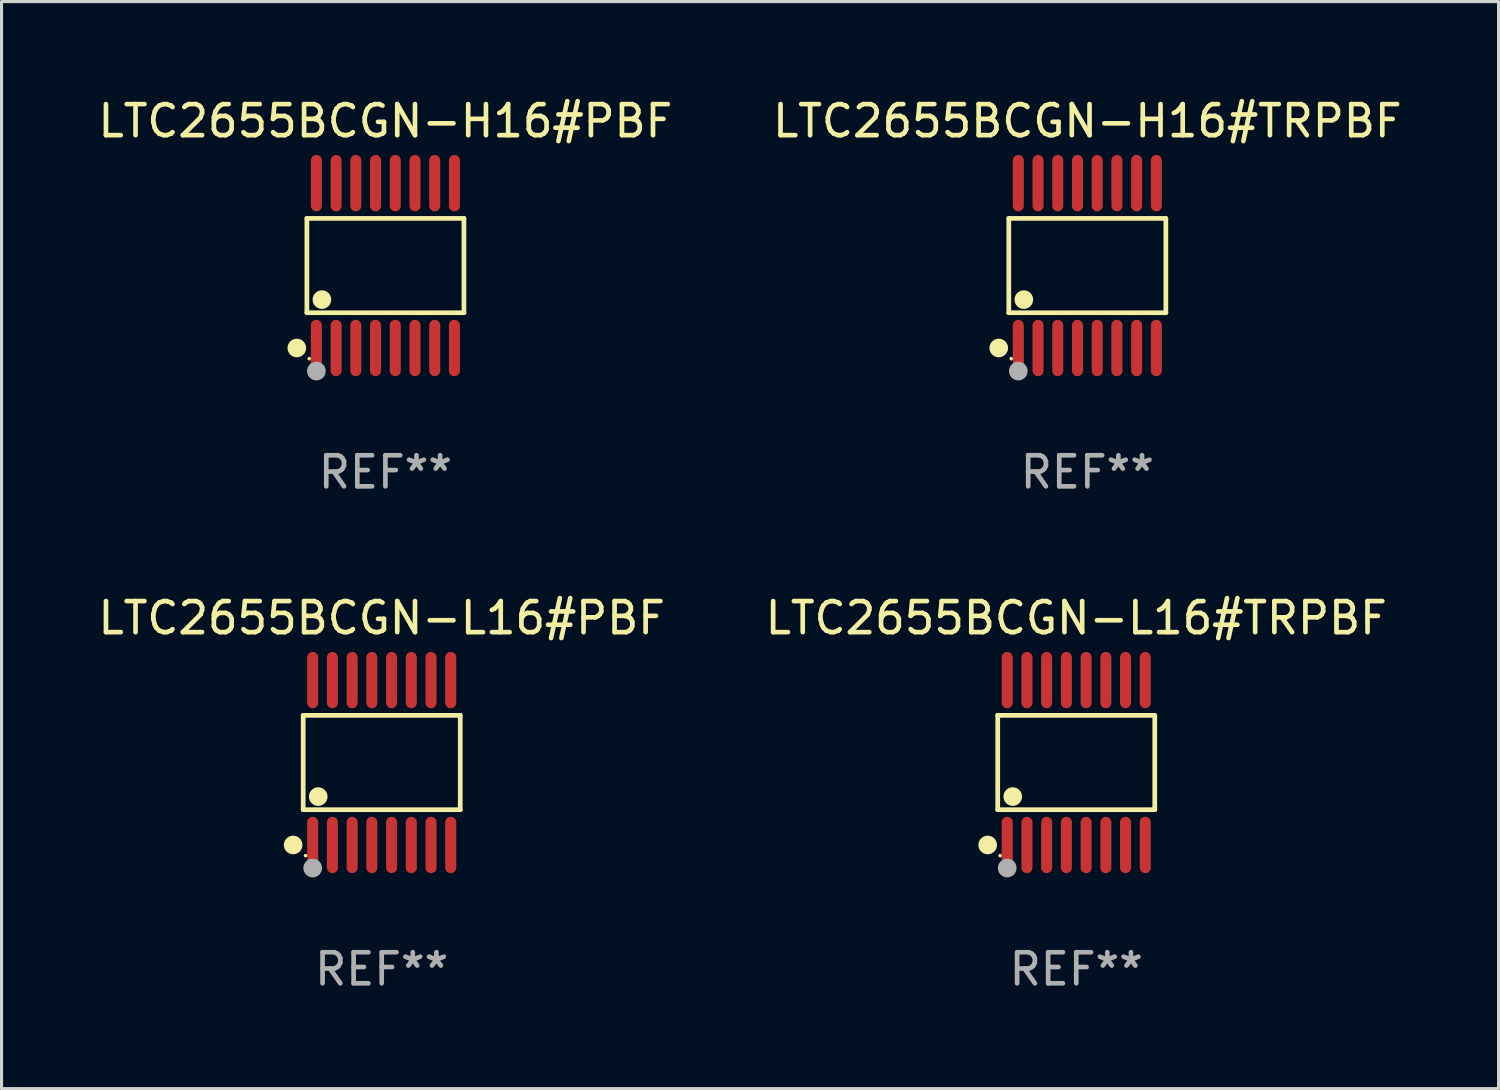
<source format=kicad_pcb>
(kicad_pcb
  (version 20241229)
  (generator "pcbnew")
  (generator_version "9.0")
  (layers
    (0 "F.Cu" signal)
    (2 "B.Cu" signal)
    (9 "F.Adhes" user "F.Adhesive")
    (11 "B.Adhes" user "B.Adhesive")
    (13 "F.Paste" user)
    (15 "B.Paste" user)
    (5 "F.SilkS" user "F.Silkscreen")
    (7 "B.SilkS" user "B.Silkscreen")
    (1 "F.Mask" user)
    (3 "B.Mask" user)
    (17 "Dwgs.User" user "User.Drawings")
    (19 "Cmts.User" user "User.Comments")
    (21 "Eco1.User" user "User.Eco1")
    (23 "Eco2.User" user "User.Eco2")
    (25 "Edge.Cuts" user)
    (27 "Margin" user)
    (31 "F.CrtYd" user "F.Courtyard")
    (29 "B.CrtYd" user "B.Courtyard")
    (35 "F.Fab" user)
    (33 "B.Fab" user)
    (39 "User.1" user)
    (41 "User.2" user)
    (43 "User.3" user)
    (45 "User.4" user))
  (footprint "LTC2655BCGN-L16#TRPBF"
    (layer "F.Cu")
    (at 31.613 21.509)
    (property "Reference" "LTC2655BCGN-L16#TRPBF" (at 0 -4.655 0) (layer "F.SilkS") (effects (font (size 1 1) (thickness 0.15))))
    (attr through_hole)
    (fp_line (start -2.529 -1.519) (end 2.529 -1.519) (stroke (width 0.152) (type solid)) (layer "F.SilkS"))
    (fp_line (start -2.529 1.519) (end -2.529 -1.519) (stroke (width 0.152) (type solid)) (layer "F.SilkS"))
    (fp_line (start 2.529 -1.519) (end 2.529 1.519) (stroke (width 0.152) (type solid)) (layer "F.SilkS"))
    (fp_line (start 2.529 1.519) (end -2.529 1.519) (stroke (width 0.152) (type solid)) (layer "F.SilkS"))
    (fp_circle (center -2.853 2.655) (end -2.703 2.655) (stroke (width 0.3) (type solid)) (fill no) (layer "F.SilkS"))
    (fp_circle (center -2.453 2.998) (end -2.423 2.998) (stroke (width 0.06) (type solid)) (fill no) (layer "F.SilkS"))
    (fp_circle (center -2.045 1.097) (end -1.895 1.097) (stroke (width 0.3) (type solid)) (fill no) (layer "F.SilkS"))
    (fp_circle (center -2.223 3.398) (end -2.072 3.398) (stroke (width 0.3) (type solid)) (fill no) (layer "F.Fab"))
    (fp_text user "REF**" (at 0 6.655 0) (layer "F.Fab") (effects (font (size 1 1) (thickness 0.15))))
    (pad "1" smd oval (at -2.223 2.655) (size 0.356 1.815) (layers "F.Cu" "F.Mask" "F.Paste"))
    (pad "2" smd oval (at -1.588 2.655) (size 0.356 1.815) (layers "F.Cu" "F.Mask" "F.Paste"))
    (pad "3" smd oval (at -0.953 2.655) (size 0.356 1.815) (layers "F.Cu" "F.Mask" "F.Paste"))
    (pad "4" smd oval (at -0.318 2.655) (size 0.356 1.815) (layers "F.Cu" "F.Mask" "F.Paste"))
    (pad "5" smd oval (at 0.318 2.655) (size 0.356 1.815) (layers "F.Cu" "F.Mask" "F.Paste"))
    (pad "6" smd oval (at 0.953 2.655) (size 0.356 1.815) (layers "F.Cu" "F.Mask" "F.Paste"))
    (pad "7" smd oval (at 1.588 2.655) (size 0.356 1.815) (layers "F.Cu" "F.Mask" "F.Paste"))
    (pad "8" smd oval (at 2.223 2.655) (size 0.356 1.815) (layers "F.Cu" "F.Mask" "F.Paste"))
    (pad "9" smd oval (at 2.223 -2.655) (size 0.356 1.815) (layers "F.Cu" "F.Mask" "F.Paste"))
    (pad "10" smd oval (at 1.588 -2.655) (size 0.356 1.815) (layers "F.Cu" "F.Mask" "F.Paste"))
    (pad "11" smd oval (at 0.953 -2.655) (size 0.356 1.815) (layers "F.Cu" "F.Mask" "F.Paste"))
    (pad "12" smd oval (at 0.318 -2.655) (size 0.356 1.815) (layers "F.Cu" "F.Mask" "F.Paste"))
    (pad "13" smd oval (at -0.318 -2.655) (size 0.356 1.815) (layers "F.Cu" "F.Mask" "F.Paste"))
    (pad "14" smd oval (at -0.953 -2.655) (size 0.356 1.815) (layers "F.Cu" "F.Mask" "F.Paste"))
    (pad "15" smd oval (at -1.588 -2.655) (size 0.356 1.815) (layers "F.Cu" "F.Mask" "F.Paste"))
    (pad "16" smd oval (at -2.223 -2.655) (size 0.356 1.815) (layers "F.Cu" "F.Mask" "F.Paste")))
  (footprint "LTC2655BCGN-H16#PBF"
    (layer "F.Cu")
    (at 9.363 5.503)
    (property "Reference" "LTC2655BCGN-H16#PBF" (at 0 -4.655 0) (layer "F.SilkS") (effects (font (size 1 1) (thickness 0.15))))
    (attr through_hole)
    (fp_line (start -2.529 -1.519) (end 2.529 -1.519) (stroke (width 0.152) (type solid)) (layer "F.SilkS"))
    (fp_line (start -2.529 1.519) (end -2.529 -1.519) (stroke (width 0.152) (type solid)) (layer "F.SilkS"))
    (fp_line (start 2.529 -1.519) (end 2.529 1.519) (stroke (width 0.152) (type solid)) (layer "F.SilkS"))
    (fp_line (start 2.529 1.519) (end -2.529 1.519) (stroke (width 0.152) (type solid)) (layer "F.SilkS"))
    (fp_circle (center -2.853 2.655) (end -2.703 2.655) (stroke (width 0.3) (type solid)) (fill no) (layer "F.SilkS"))
    (fp_circle (center -2.453 2.998) (end -2.423 2.998) (stroke (width 0.06) (type solid)) (fill no) (layer "F.SilkS"))
    (fp_circle (center -2.045 1.097) (end -1.895 1.097) (stroke (width 0.3) (type solid)) (fill no) (layer "F.SilkS"))
    (fp_circle (center -2.223 3.398) (end -2.072 3.398) (stroke (width 0.3) (type solid)) (fill no) (layer "F.Fab"))
    (fp_text user "REF**" (at 0 6.655 0) (layer "F.Fab") (effects (font (size 1 1) (thickness 0.15))))
    (pad "1" smd oval (at -2.223 2.655) (size 0.356 1.815) (layers "F.Cu" "F.Mask" "F.Paste"))
    (pad "2" smd oval (at -1.588 2.655) (size 0.356 1.815) (layers "F.Cu" "F.Mask" "F.Paste"))
    (pad "3" smd oval (at -0.953 2.655) (size 0.356 1.815) (layers "F.Cu" "F.Mask" "F.Paste"))
    (pad "4" smd oval (at -0.318 2.655) (size 0.356 1.815) (layers "F.Cu" "F.Mask" "F.Paste"))
    (pad "5" smd oval (at 0.318 2.655) (size 0.356 1.815) (layers "F.Cu" "F.Mask" "F.Paste"))
    (pad "6" smd oval (at 0.953 2.655) (size 0.356 1.815) (layers "F.Cu" "F.Mask" "F.Paste"))
    (pad "7" smd oval (at 1.588 2.655) (size 0.356 1.815) (layers "F.Cu" "F.Mask" "F.Paste"))
    (pad "8" smd oval (at 2.223 2.655) (size 0.356 1.815) (layers "F.Cu" "F.Mask" "F.Paste"))
    (pad "9" smd oval (at 2.223 -2.655) (size 0.356 1.815) (layers "F.Cu" "F.Mask" "F.Paste"))
    (pad "10" smd oval (at 1.588 -2.655) (size 0.356 1.815) (layers "F.Cu" "F.Mask" "F.Paste"))
    (pad "11" smd oval (at 0.953 -2.655) (size 0.356 1.815) (layers "F.Cu" "F.Mask" "F.Paste"))
    (pad "12" smd oval (at 0.318 -2.655) (size 0.356 1.815) (layers "F.Cu" "F.Mask" "F.Paste"))
    (pad "13" smd oval (at -0.318 -2.655) (size 0.356 1.815) (layers "F.Cu" "F.Mask" "F.Paste"))
    (pad "14" smd oval (at -0.953 -2.655) (size 0.356 1.815) (layers "F.Cu" "F.Mask" "F.Paste"))
    (pad "15" smd oval (at -1.588 -2.655) (size 0.356 1.815) (layers "F.Cu" "F.Mask" "F.Paste"))
    (pad "16" smd oval (at -2.223 -2.655) (size 0.356 1.815) (layers "F.Cu" "F.Mask" "F.Paste")))
  (footprint "LTC2655BCGN-H16#TRPBF"
    (layer "F.Cu")
    (at 31.97 5.503)
    (property "Reference" "LTC2655BCGN-H16#TRPBF" (at 0 -4.655 0) (layer "F.SilkS") (effects (font (size 1 1) (thickness 0.15))))
    (attr through_hole)
    (fp_line (start -2.529 -1.519) (end 2.529 -1.519) (stroke (width 0.152) (type solid)) (layer "F.SilkS"))
    (fp_line (start -2.529 1.519) (end -2.529 -1.519) (stroke (width 0.152) (type solid)) (layer "F.SilkS"))
    (fp_line (start 2.529 -1.519) (end 2.529 1.519) (stroke (width 0.152) (type solid)) (layer "F.SilkS"))
    (fp_line (start 2.529 1.519) (end -2.529 1.519) (stroke (width 0.152) (type solid)) (layer "F.SilkS"))
    (fp_circle (center -2.853 2.655) (end -2.703 2.655) (stroke (width 0.3) (type solid)) (fill no) (layer "F.SilkS"))
    (fp_circle (center -2.453 2.998) (end -2.423 2.998) (stroke (width 0.06) (type solid)) (fill no) (layer "F.SilkS"))
    (fp_circle (center -2.045 1.097) (end -1.895 1.097) (stroke (width 0.3) (type solid)) (fill no) (layer "F.SilkS"))
    (fp_circle (center -2.223 3.398) (end -2.072 3.398) (stroke (width 0.3) (type solid)) (fill no) (layer "F.Fab"))
    (fp_text user "REF**" (at 0 6.655 0) (layer "F.Fab") (effects (font (size 1 1) (thickness 0.15))))
    (pad "1" smd oval (at -2.223 2.655) (size 0.356 1.815) (layers "F.Cu" "F.Mask" "F.Paste"))
    (pad "2" smd oval (at -1.588 2.655) (size 0.356 1.815) (layers "F.Cu" "F.Mask" "F.Paste"))
    (pad "3" smd oval (at -0.953 2.655) (size 0.356 1.815) (layers "F.Cu" "F.Mask" "F.Paste"))
    (pad "4" smd oval (at -0.318 2.655) (size 0.356 1.815) (layers "F.Cu" "F.Mask" "F.Paste"))
    (pad "5" smd oval (at 0.318 2.655) (size 0.356 1.815) (layers "F.Cu" "F.Mask" "F.Paste"))
    (pad "6" smd oval (at 0.953 2.655) (size 0.356 1.815) (layers "F.Cu" "F.Mask" "F.Paste"))
    (pad "7" smd oval (at 1.588 2.655) (size 0.356 1.815) (layers "F.Cu" "F.Mask" "F.Paste"))
    (pad "8" smd oval (at 2.223 2.655) (size 0.356 1.815) (layers "F.Cu" "F.Mask" "F.Paste"))
    (pad "9" smd oval (at 2.223 -2.655) (size 0.356 1.815) (layers "F.Cu" "F.Mask" "F.Paste"))
    (pad "10" smd oval (at 1.588 -2.655) (size 0.356 1.815) (layers "F.Cu" "F.Mask" "F.Paste"))
    (pad "11" smd oval (at 0.953 -2.655) (size 0.356 1.815) (layers "F.Cu" "F.Mask" "F.Paste"))
    (pad "12" smd oval (at 0.318 -2.655) (size 0.356 1.815) (layers "F.Cu" "F.Mask" "F.Paste"))
    (pad "13" smd oval (at -0.318 -2.655) (size 0.356 1.815) (layers "F.Cu" "F.Mask" "F.Paste"))
    (pad "14" smd oval (at -0.953 -2.655) (size 0.356 1.815) (layers "F.Cu" "F.Mask" "F.Paste"))
    (pad "15" smd oval (at -1.588 -2.655) (size 0.356 1.815) (layers "F.Cu" "F.Mask" "F.Paste"))
    (pad "16" smd oval (at -2.223 -2.655) (size 0.356 1.815) (layers "F.Cu" "F.Mask" "F.Paste")))
  (footprint "LTC2655BCGN-L16#PBF"
    (layer "F.Cu")
    (at 9.244 21.509)
    (property "Reference" "LTC2655BCGN-L16#PBF" (at 0 -4.655 0) (layer "F.SilkS") (effects (font (size 1 1) (thickness 0.15))))
    (attr through_hole)
    (fp_line (start -2.529 -1.519) (end 2.529 -1.519) (stroke (width 0.152) (type solid)) (layer "F.SilkS"))
    (fp_line (start -2.529 1.519) (end -2.529 -1.519) (stroke (width 0.152) (type solid)) (layer "F.SilkS"))
    (fp_line (start 2.529 -1.519) (end 2.529 1.519) (stroke (width 0.152) (type solid)) (layer "F.SilkS"))
    (fp_line (start 2.529 1.519) (end -2.529 1.519) (stroke (width 0.152) (type solid)) (layer "F.SilkS"))
    (fp_circle (center -2.853 2.655) (end -2.703 2.655) (stroke (width 0.3) (type solid)) (fill no) (layer "F.SilkS"))
    (fp_circle (center -2.453 2.998) (end -2.423 2.998) (stroke (width 0.06) (type solid)) (fill no) (layer "F.SilkS"))
    (fp_circle (center -2.045 1.097) (end -1.895 1.097) (stroke (width 0.3) (type solid)) (fill no) (layer "F.SilkS"))
    (fp_circle (center -2.223 3.398) (end -2.072 3.398) (stroke (width 0.3) (type solid)) (fill no) (layer "F.Fab"))
    (fp_text user "REF**" (at 0 6.655 0) (layer "F.Fab") (effects (font (size 1 1) (thickness 0.15))))
    (pad "1" smd oval (at -2.223 2.655) (size 0.356 1.815) (layers "F.Cu" "F.Mask" "F.Paste"))
    (pad "2" smd oval (at -1.588 2.655) (size 0.356 1.815) (layers "F.Cu" "F.Mask" "F.Paste"))
    (pad "3" smd oval (at -0.953 2.655) (size 0.356 1.815) (layers "F.Cu" "F.Mask" "F.Paste"))
    (pad "4" smd oval (at -0.318 2.655) (size 0.356 1.815) (layers "F.Cu" "F.Mask" "F.Paste"))
    (pad "5" smd oval (at 0.318 2.655) (size 0.356 1.815) (layers "F.Cu" "F.Mask" "F.Paste"))
    (pad "6" smd oval (at 0.953 2.655) (size 0.356 1.815) (layers "F.Cu" "F.Mask" "F.Paste"))
    (pad "7" smd oval (at 1.588 2.655) (size 0.356 1.815) (layers "F.Cu" "F.Mask" "F.Paste"))
    (pad "8" smd oval (at 2.223 2.655) (size 0.356 1.815) (layers "F.Cu" "F.Mask" "F.Paste"))
    (pad "9" smd oval (at 2.223 -2.655) (size 0.356 1.815) (layers "F.Cu" "F.Mask" "F.Paste"))
    (pad "10" smd oval (at 1.588 -2.655) (size 0.356 1.815) (layers "F.Cu" "F.Mask" "F.Paste"))
    (pad "11" smd oval (at 0.953 -2.655) (size 0.356 1.815) (layers "F.Cu" "F.Mask" "F.Paste"))
    (pad "12" smd oval (at 0.318 -2.655) (size 0.356 1.815) (layers "F.Cu" "F.Mask" "F.Paste"))
    (pad "13" smd oval (at -0.318 -2.655) (size 0.356 1.815) (layers "F.Cu" "F.Mask" "F.Paste"))
    (pad "14" smd oval (at -0.953 -2.655) (size 0.356 1.815) (layers "F.Cu" "F.Mask" "F.Paste"))
    (pad "15" smd oval (at -1.588 -2.655) (size 0.356 1.815) (layers "F.Cu" "F.Mask" "F.Paste"))
    (pad "16" smd oval (at -2.223 -2.655) (size 0.356 1.815) (layers "F.Cu" "F.Mask" "F.Paste")))
  (gr_rect
    (start -3 -3)
    (end 45.214 32.012)
    (stroke (width 0.1) (type default))
    (fill no)
    (layer "Edge.Cuts")))
</source>
